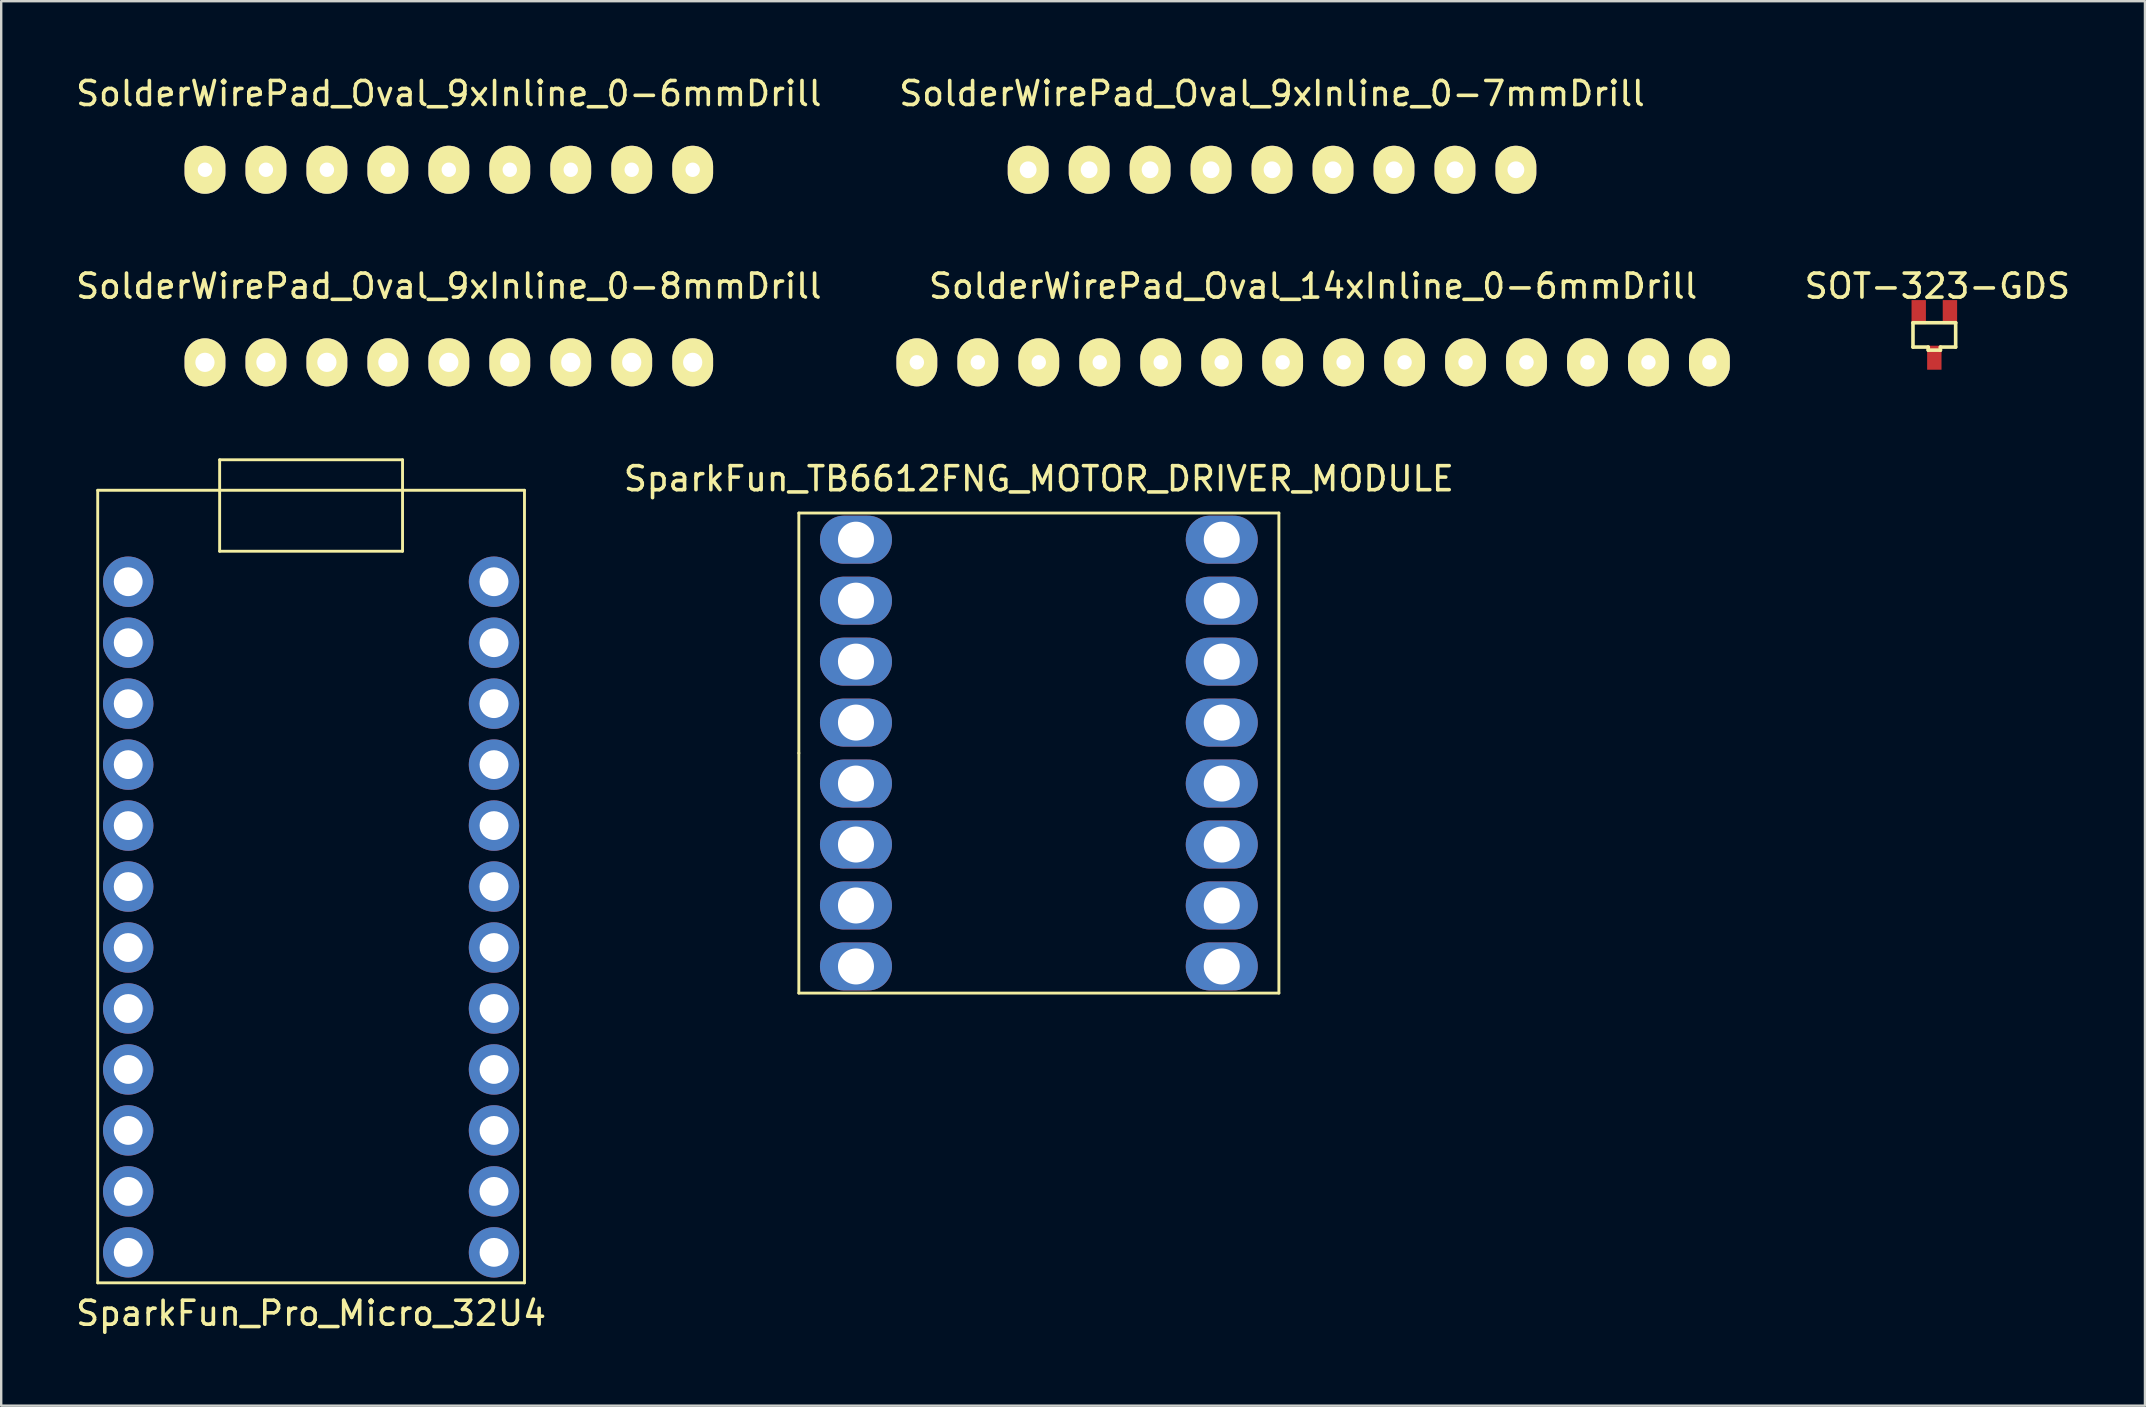
<source format=kicad_pcb>
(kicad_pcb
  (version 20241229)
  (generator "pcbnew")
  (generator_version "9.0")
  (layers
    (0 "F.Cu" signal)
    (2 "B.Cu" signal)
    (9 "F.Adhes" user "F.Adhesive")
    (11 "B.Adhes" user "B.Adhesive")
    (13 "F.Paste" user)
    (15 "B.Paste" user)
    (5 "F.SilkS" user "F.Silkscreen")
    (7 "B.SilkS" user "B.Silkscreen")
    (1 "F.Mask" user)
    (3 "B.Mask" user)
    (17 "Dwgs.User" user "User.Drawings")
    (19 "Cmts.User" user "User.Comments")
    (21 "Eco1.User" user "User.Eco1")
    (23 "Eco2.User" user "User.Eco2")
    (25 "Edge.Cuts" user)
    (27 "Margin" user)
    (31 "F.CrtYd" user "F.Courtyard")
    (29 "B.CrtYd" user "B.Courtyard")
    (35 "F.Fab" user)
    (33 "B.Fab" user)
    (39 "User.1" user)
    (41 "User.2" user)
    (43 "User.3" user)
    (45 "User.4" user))
  (footprint "SOT-323-GDS"
    (layer "F.Cu")
    (at 77.539 10.903)
    (property "Reference" "SOT-323-GDS" (at 0.127 -2.032 0) (layer "F.SilkS") (effects (font (size 1 1) (thickness 0.15))))
    (attr smd)
    (fp_line (start -0.889 -0.508) (end -0.889 0.508) (stroke (width 0.15) (type solid)) (layer "F.SilkS"))
    (fp_line (start -0.889 0.508) (end -0.254 0.508) (stroke (width 0.15) (type solid)) (layer "F.SilkS"))
    (fp_line (start -0.254 0.508) (end -0.254 0.635) (stroke (width 0.15) (type solid)) (layer "F.SilkS"))
    (fp_line (start -0.254 0.635) (end 0.254 0.635) (stroke (width 0.15) (type solid)) (layer "F.SilkS"))
    (fp_line (start 0.254 0.508) (end 0.889 0.508) (stroke (width 0.15) (type solid)) (layer "F.SilkS"))
    (fp_line (start 0.254 0.635) (end 0.254 0.508) (stroke (width 0.15) (type solid)) (layer "F.SilkS"))
    (fp_line (start 0.889 -0.508) (end -0.889 -0.508) (stroke (width 0.15) (type solid)) (layer "F.SilkS"))
    (fp_line (start 0.889 0.508) (end 0.889 -0.508) (stroke (width 0.15) (type solid)) (layer "F.SilkS"))
    (pad "D" smd rect (at 0 0.95) (size 0.599 1.001) (layers "F.Cu" "F.Mask" "F.Paste"))
    (pad "G" smd rect (at 0.65 -0.95) (size 0.599 1.001) (layers "F.Cu" "F.Mask" "F.Paste"))
    (pad "S" smd rect (at -0.65 -0.95) (size 0.599 1.001) (layers "F.Cu" "F.Mask" "F.Paste")))
  (footprint "SolderWirePad_Oval_9xInline_0-6mmDrill"
    (layer "F.Cu")
    (at 15.649 4.023)
    (property "Reference" "SolderWirePad_Oval_9xInline_0-6mmDrill" (at 0 -3.175 0) (layer "F.SilkS") (effects (font (size 1 1) (thickness 0.15))))
    (attr through_hole)
    (pad "1" thru_hole oval (at -10.16 0) (size 1.7 2) (drill 0.6) (layers "*.Cu" "*.Mask" "F.SilkS"))
    (pad "2" thru_hole oval (at -7.62 0) (size 1.7 2) (drill 0.6) (layers "*.Cu" "*.Mask" "F.SilkS"))
    (pad "3" thru_hole oval (at -5.08 0) (size 1.7 2) (drill 0.6) (layers "*.Cu" "*.Mask" "F.SilkS"))
    (pad "4" thru_hole oval (at -2.54 0) (size 1.7 2) (drill 0.6) (layers "*.Cu" "*.Mask" "F.SilkS"))
    (pad "5" thru_hole oval (at 0 0) (size 1.7 2) (drill 0.6) (layers "*.Cu" "*.Mask" "F.SilkS"))
    (pad "6" thru_hole oval (at 2.54 0) (size 1.7 2) (drill 0.6) (layers "*.Cu" "*.Mask" "F.SilkS"))
    (pad "7" thru_hole oval (at 5.08 0) (size 1.7 2) (drill 0.6) (layers "*.Cu" "*.Mask" "F.SilkS"))
    (pad "8" thru_hole oval (at 7.62 0) (size 1.7 2) (drill 0.6) (layers "*.Cu" "*.Mask" "F.SilkS"))
    (pad "9" thru_hole oval (at 10.16 0) (size 1.7 2) (drill 0.6) (layers "*.Cu" "*.Mask" "F.SilkS")))
  (footprint "SolderWirePad_Oval_14xInline_0-6mmDrill"
    (layer "F.Cu")
    (at 51.658 12.046)
    (property "Reference" "SolderWirePad_Oval_14xInline_0-6mmDrill" (at 0 -3.175 0) (layer "F.SilkS") (effects (font (size 1 1) (thickness 0.15))))
    (attr through_hole)
    (pad "1" thru_hole oval (at -16.51 0) (size 1.7 2) (drill 0.6) (layers "*.Cu" "*.Mask" "F.SilkS"))
    (pad "2" thru_hole oval (at -13.97 0) (size 1.7 2) (drill 0.6) (layers "*.Cu" "*.Mask" "F.SilkS"))
    (pad "3" thru_hole oval (at -11.43 0) (size 1.7 2) (drill 0.6) (layers "*.Cu" "*.Mask" "F.SilkS"))
    (pad "4" thru_hole oval (at -8.89 0) (size 1.7 2) (drill 0.6) (layers "*.Cu" "*.Mask" "F.SilkS"))
    (pad "5" thru_hole oval (at -6.35 0) (size 1.7 2) (drill 0.6) (layers "*.Cu" "*.Mask" "F.SilkS"))
    (pad "6" thru_hole oval (at -3.81 0) (size 1.7 2) (drill 0.6) (layers "*.Cu" "*.Mask" "F.SilkS"))
    (pad "7" thru_hole oval (at -1.27 0) (size 1.7 2) (drill 0.6) (layers "*.Cu" "*.Mask" "F.SilkS"))
    (pad "8" thru_hole oval (at 1.27 0) (size 1.7 2) (drill 0.6) (layers "*.Cu" "*.Mask" "F.SilkS"))
    (pad "9" thru_hole oval (at 3.81 0) (size 1.7 2) (drill 0.6) (layers "*.Cu" "*.Mask" "F.SilkS"))
    (pad "10" thru_hole oval (at 6.35 0) (size 1.7 2) (drill 0.6) (layers "*.Cu" "*.Mask" "F.SilkS"))
    (pad "11" thru_hole oval (at 8.89 0) (size 1.7 2) (drill 0.6) (layers "*.Cu" "*.Mask" "F.SilkS"))
    (pad "12" thru_hole oval (at 11.43 0) (size 1.7 2) (drill 0.6) (layers "*.Cu" "*.Mask" "F.SilkS"))
    (pad "13" thru_hole oval (at 13.97 0) (size 1.7 2) (drill 0.6) (layers "*.Cu" "*.Mask" "F.SilkS"))
    (pad "14" thru_hole oval (at 16.51 0) (size 1.7 2) (drill 0.6) (layers "*.Cu" "*.Mask" "F.SilkS")))
  (footprint "SolderWirePad_Oval_9xInline_0-8mmDrill"
    (layer "F.Cu")
    (at 15.649 12.046)
    (property "Reference" "SolderWirePad_Oval_9xInline_0-8mmDrill" (at 0 -3.175 0) (layer "F.SilkS") (effects (font (size 1 1) (thickness 0.15))))
    (attr through_hole)
    (pad "1" thru_hole oval (at -10.16 0) (size 1.7 2) (drill 0.8) (layers "*.Cu" "*.Mask" "F.SilkS"))
    (pad "2" thru_hole oval (at -7.62 0) (size 1.7 2) (drill 0.8) (layers "*.Cu" "*.Mask" "F.SilkS"))
    (pad "3" thru_hole oval (at -5.08 0) (size 1.7 2) (drill 0.8) (layers "*.Cu" "*.Mask" "F.SilkS"))
    (pad "4" thru_hole oval (at -2.54 0) (size 1.7 2) (drill 0.8) (layers "*.Cu" "*.Mask" "F.SilkS"))
    (pad "5" thru_hole oval (at 0 0) (size 1.7 2) (drill 0.8) (layers "*.Cu" "*.Mask" "F.SilkS"))
    (pad "6" thru_hole oval (at 2.54 0) (size 1.7 2) (drill 0.8) (layers "*.Cu" "*.Mask" "F.SilkS"))
    (pad "7" thru_hole oval (at 5.08 0) (size 1.7 2) (drill 0.8) (layers "*.Cu" "*.Mask" "F.SilkS"))
    (pad "8" thru_hole oval (at 7.62 0) (size 1.7 2) (drill 0.8) (layers "*.Cu" "*.Mask" "F.SilkS"))
    (pad "9" thru_hole oval (at 10.16 0) (size 1.7 2) (drill 0.8) (layers "*.Cu" "*.Mask" "F.SilkS")))
  (footprint "SparkFun_Pro_Micro_32U4"
    (layer "F.Cu")
    (at 9.911 33.886)
    (property "Reference" "SparkFun_Pro_Micro_32U4" (at 0 17.78 0) (layer "F.SilkS") (effects (font (size 1 1) (thickness 0.15))))
    (attr through_hole)
    (fp_line (start -8.89 -16.51) (end 8.89 -16.51) (stroke (width 0.12) (type solid)) (layer "F.SilkS"))
    (fp_line (start -8.89 16.51) (end -8.89 -16.51) (stroke (width 0.12) (type solid)) (layer "F.SilkS"))
    (fp_line (start -3.81 -17.78) (end -3.81 -13.97) (stroke (width 0.12) (type solid)) (layer "F.SilkS"))
    (fp_line (start -3.81 -13.97) (end 3.81 -13.97) (stroke (width 0.12) (type solid)) (layer "F.SilkS"))
    (fp_line (start 3.81 -17.78) (end -3.81 -17.78) (stroke (width 0.12) (type solid)) (layer "F.SilkS"))
    (fp_line (start 3.81 -13.97) (end 3.81 -17.78) (stroke (width 0.12) (type solid)) (layer "F.SilkS"))
    (fp_line (start 8.89 -16.51) (end 8.89 16.51) (stroke (width 0.12) (type solid)) (layer "F.SilkS"))
    (fp_line (start 8.89 16.51) (end -8.89 16.51) (stroke (width 0.12) (type solid)) (layer "F.SilkS"))
    (pad "1" thru_hole circle (at -7.62 -12.7) (size 2.1 2.1) (drill 1.2) (layers "*.Cu" "*.Mask"))
    (pad "2" thru_hole circle (at -7.62 -10.16) (size 2.1 2.1) (drill 1.2) (layers "*.Cu" "*.Mask"))
    (pad "3" thru_hole circle (at -7.62 -7.62) (size 2.1 2.1) (drill 1.2) (layers "*.Cu" "*.Mask"))
    (pad "4" thru_hole circle (at -7.62 -5.08) (size 2.1 2.1) (drill 1.2) (layers "*.Cu" "*.Mask"))
    (pad "5" thru_hole circle (at -7.62 -2.54) (size 2.1 2.1) (drill 1.2) (layers "*.Cu" "*.Mask"))
    (pad "6" thru_hole circle (at -7.62 0) (size 2.1 2.1) (drill 1.2) (layers "*.Cu" "*.Mask"))
    (pad "7" thru_hole circle (at -7.62 2.54) (size 2.1 2.1) (drill 1.2) (layers "*.Cu" "*.Mask"))
    (pad "8" thru_hole circle (at -7.62 5.08) (size 2.1 2.1) (drill 1.2) (layers "*.Cu" "*.Mask"))
    (pad "9" thru_hole circle (at -7.62 7.62) (size 2.1 2.1) (drill 1.2) (layers "*.Cu" "*.Mask"))
    (pad "10" thru_hole circle (at -7.62 10.16) (size 2.1 2.1) (drill 1.2) (layers "*.Cu" "*.Mask"))
    (pad "11" thru_hole circle (at -7.62 12.7) (size 2.1 2.1) (drill 1.2) (layers "*.Cu" "*.Mask"))
    (pad "12" thru_hole circle (at -7.62 15.24) (size 2.1 2.1) (drill 1.2) (layers "*.Cu" "*.Mask"))
    (pad "13" thru_hole circle (at 7.62 15.24) (size 2.1 2.1) (drill 1.2) (layers "*.Cu" "*.Mask"))
    (pad "14" thru_hole circle (at 7.62 12.7) (size 2.1 2.1) (drill 1.2) (layers "*.Cu" "*.Mask"))
    (pad "15" thru_hole circle (at 7.62 10.16) (size 2.1 2.1) (drill 1.2) (layers "*.Cu" "*.Mask"))
    (pad "16" thru_hole circle (at 7.62 7.62) (size 2.1 2.1) (drill 1.2) (layers "*.Cu" "*.Mask"))
    (pad "17" thru_hole circle (at 7.62 5.08) (size 2.1 2.1) (drill 1.2) (layers "*.Cu" "*.Mask"))
    (pad "18" thru_hole circle (at 7.62 2.54) (size 2.1 2.1) (drill 1.2) (layers "*.Cu" "*.Mask"))
    (pad "19" thru_hole circle (at 7.62 0) (size 2.1 2.1) (drill 1.2) (layers "*.Cu" "*.Mask"))
    (pad "20" thru_hole circle (at 7.62 -2.54) (size 2.1 2.1) (drill 1.2) (layers "*.Cu" "*.Mask"))
    (pad "21" thru_hole circle (at 7.62 -5.08) (size 2.1 2.1) (drill 1.2) (layers "*.Cu" "*.Mask"))
    (pad "22" thru_hole circle (at 7.62 -7.62) (size 2.1 2.1) (drill 1.2) (layers "*.Cu" "*.Mask"))
    (pad "23" thru_hole circle (at 7.62 -10.16) (size 2.1 2.1) (drill 1.2) (layers "*.Cu" "*.Mask"))
    (pad "24" thru_hole circle (at 7.62 -12.7) (size 2.1 2.1) (drill 1.2) (layers "*.Cu" "*.Mask")))
  (footprint "SolderWirePad_Oval_9xInline_0-7mmDrill"
    (layer "F.Cu")
    (at 49.946 4.023)
    (property "Reference" "SolderWirePad_Oval_9xInline_0-7mmDrill" (at 0 -3.175 0) (layer "F.SilkS") (effects (font (size 1 1) (thickness 0.15))))
    (attr through_hole)
    (pad "1" thru_hole oval (at -10.16 0) (size 1.7 2) (drill 0.7) (layers "*.Cu" "*.Mask" "F.SilkS"))
    (pad "2" thru_hole oval (at -7.62 0) (size 1.7 2) (drill 0.7) (layers "*.Cu" "*.Mask" "F.SilkS"))
    (pad "3" thru_hole oval (at -5.08 0) (size 1.7 2) (drill 0.7) (layers "*.Cu" "*.Mask" "F.SilkS"))
    (pad "4" thru_hole oval (at -2.54 0) (size 1.7 2) (drill 0.7) (layers "*.Cu" "*.Mask" "F.SilkS"))
    (pad "5" thru_hole oval (at 0 0) (size 1.7 2) (drill 0.7) (layers "*.Cu" "*.Mask" "F.SilkS"))
    (pad "6" thru_hole oval (at 2.54 0) (size 1.7 2) (drill 0.7) (layers "*.Cu" "*.Mask" "F.SilkS"))
    (pad "7" thru_hole oval (at 5.08 0) (size 1.7 2) (drill 0.7) (layers "*.Cu" "*.Mask" "F.SilkS"))
    (pad "8" thru_hole oval (at 7.62 0) (size 1.7 2) (drill 0.7) (layers "*.Cu" "*.Mask" "F.SilkS"))
    (pad "9" thru_hole oval (at 10.16 0) (size 1.7 2) (drill 0.7) (layers "*.Cu" "*.Mask" "F.SilkS")))
  (footprint "SparkFun_TB6612FNG_MOTOR_DRIVER_MODULE"
    (layer "F.Cu")
    (at 40.232 28.325)
    (property "Reference" "SparkFun_TB6612FNG_MOTOR_DRIVER_MODULE" (at 0 -11.43 0) (layer "F.SilkS") (effects (font (size 1 1) (thickness 0.15))))
    (attr through_hole)
    (fp_line (start -10 -10) (end 10 -10) (stroke (width 0.12) (type solid)) (layer "F.SilkS"))
    (fp_line (start -10 0) (end -10 -10) (stroke (width 0.12) (type solid)) (layer "F.SilkS"))
    (fp_line (start -10 10) (end -10 0) (stroke (width 0.12) (type solid)) (layer "F.SilkS"))
    (fp_line (start 10 -10) (end 10 10) (stroke (width 0.12) (type solid)) (layer "F.SilkS"))
    (fp_line (start 10 10) (end -10 10) (stroke (width 0.12) (type solid)) (layer "F.SilkS"))
    (pad "1" thru_hole oval (at -7.62 -8.89) (size 3 2) (drill 1.5) (layers "*.Cu" "*.Mask"))
    (pad "2" thru_hole oval (at -7.62 -6.35) (size 3 2) (drill 1.5) (layers "*.Cu" "*.Mask"))
    (pad "3" thru_hole oval (at -7.62 -3.81) (size 3 2) (drill 1.5) (layers "*.Cu" "*.Mask"))
    (pad "4" thru_hole oval (at -7.62 -1.27) (size 3 2) (drill 1.5) (layers "*.Cu" "*.Mask"))
    (pad "5" thru_hole oval (at -7.62 1.27) (size 3 2) (drill 1.5) (layers "*.Cu" "*.Mask"))
    (pad "6" thru_hole oval (at -7.62 3.81) (size 3 2) (drill 1.5) (layers "*.Cu" "*.Mask"))
    (pad "7" thru_hole oval (at -7.62 6.35) (size 3 2) (drill 1.5) (layers "*.Cu" "*.Mask"))
    (pad "8" thru_hole oval (at -7.62 8.89) (size 3 2) (drill 1.5) (layers "*.Cu" "*.Mask"))
    (pad "9" thru_hole oval (at 7.62 8.89) (size 3 2) (drill 1.5) (layers "*.Cu" "*.Mask"))
    (pad "10" thru_hole oval (at 7.62 6.35) (size 3 2) (drill 1.5) (layers "*.Cu" "*.Mask"))
    (pad "11" thru_hole oval (at 7.62 3.81) (size 3 2) (drill 1.5) (layers "*.Cu" "*.Mask"))
    (pad "12" thru_hole oval (at 7.62 1.27) (size 3 2) (drill 1.5) (layers "*.Cu" "*.Mask"))
    (pad "13" thru_hole oval (at 7.62 -1.27) (size 3 2) (drill 1.5) (layers "*.Cu" "*.Mask"))
    (pad "14" thru_hole oval (at 7.62 -3.81) (size 3 2) (drill 1.5) (layers "*.Cu" "*.Mask"))
    (pad "15" thru_hole oval (at 7.62 -6.35) (size 3 2) (drill 1.5) (layers "*.Cu" "*.Mask"))
    (pad "16" thru_hole oval (at 7.62 -8.89) (size 3 2) (drill 1.5) (layers "*.Cu" "*.Mask")))
  (gr_rect
    (start -3 -3)
    (end 86.315 55.515)
    (stroke (width 0.1) (type default))
    (fill no)
    (layer "Edge.Cuts")))
</source>
